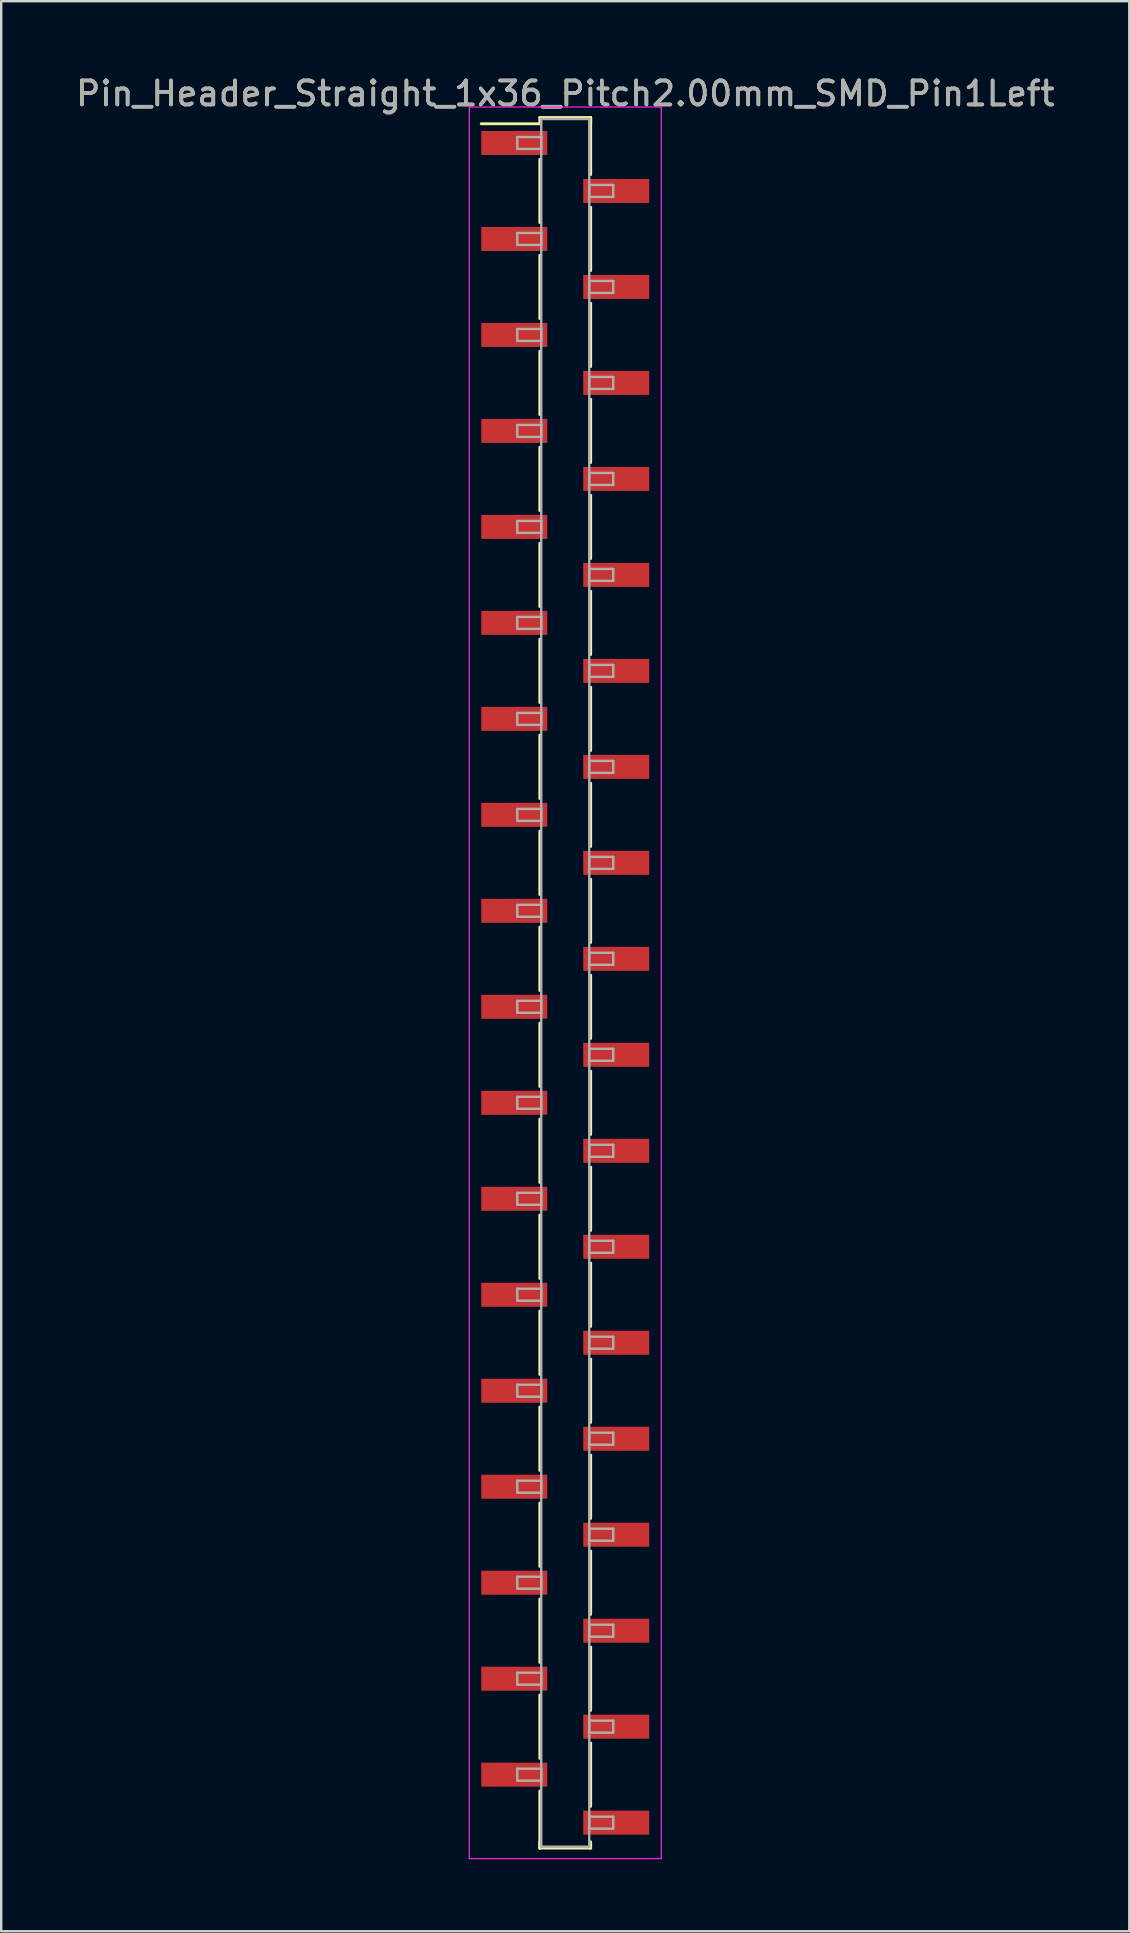
<source format=kicad_pcb>
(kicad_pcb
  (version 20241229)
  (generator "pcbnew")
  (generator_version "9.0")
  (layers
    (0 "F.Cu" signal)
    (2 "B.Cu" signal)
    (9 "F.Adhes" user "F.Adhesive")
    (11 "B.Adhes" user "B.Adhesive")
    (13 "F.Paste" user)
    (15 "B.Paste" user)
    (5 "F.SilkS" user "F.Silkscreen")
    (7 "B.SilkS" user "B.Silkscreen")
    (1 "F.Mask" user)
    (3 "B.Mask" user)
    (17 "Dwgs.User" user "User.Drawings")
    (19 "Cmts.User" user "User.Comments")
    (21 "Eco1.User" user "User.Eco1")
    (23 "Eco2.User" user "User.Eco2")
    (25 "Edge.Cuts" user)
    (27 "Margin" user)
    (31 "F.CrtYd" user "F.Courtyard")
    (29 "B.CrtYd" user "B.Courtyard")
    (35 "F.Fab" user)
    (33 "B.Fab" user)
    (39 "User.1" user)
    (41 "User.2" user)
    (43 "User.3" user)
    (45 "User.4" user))
  (footprint "Pin_Header_Straight_1x36_Pitch2.00mm_SMD_Pin1Left"
    (layer "F.Cu")
    (at 20.506 37.908)
    (property "Reference" "Pin_Header_Straight_1x36_Pitch2.00mm_SMD_Pin1Left" (at 0 -37.06 0) (layer "F.SilkS") (effects (font (size 1 1) (thickness 0.15))))
    (attr smd)
    (fp_line (start -1.06 -36.06) (end 1.06 -36.06) (stroke (width 0.12) (type solid)) (layer "F.SilkS"))
    (fp_line (start -1.06 -35.8) (end -3.5 -35.8) (stroke (width 0.12) (type solid)) (layer "F.SilkS"))
    (fp_line (start -1.06 -35.8) (end -1.06 -36.06) (stroke (width 0.12) (type solid)) (layer "F.SilkS"))
    (fp_line (start -1.06 -34.32) (end -1.06 -31.68) (stroke (width 0.12) (type solid)) (layer "F.SilkS"))
    (fp_line (start -1.06 -30.32) (end -1.06 -27.68) (stroke (width 0.12) (type solid)) (layer "F.SilkS"))
    (fp_line (start -1.06 -26.32) (end -1.06 -23.68) (stroke (width 0.12) (type solid)) (layer "F.SilkS"))
    (fp_line (start -1.06 -22.32) (end -1.06 -19.68) (stroke (width 0.12) (type solid)) (layer "F.SilkS"))
    (fp_line (start -1.06 -18.32) (end -1.06 -15.68) (stroke (width 0.12) (type solid)) (layer "F.SilkS"))
    (fp_line (start -1.06 -14.32) (end -1.06 -11.68) (stroke (width 0.12) (type solid)) (layer "F.SilkS"))
    (fp_line (start -1.06 -10.32) (end -1.06 -7.68) (stroke (width 0.12) (type solid)) (layer "F.SilkS"))
    (fp_line (start -1.06 -6.32) (end -1.06 -3.68) (stroke (width 0.12) (type solid)) (layer "F.SilkS"))
    (fp_line (start -1.06 -2.32) (end -1.06 0.32) (stroke (width 0.12) (type solid)) (layer "F.SilkS"))
    (fp_line (start -1.06 1.68) (end -1.06 4.32) (stroke (width 0.12) (type solid)) (layer "F.SilkS"))
    (fp_line (start -1.06 5.68) (end -1.06 8.32) (stroke (width 0.12) (type solid)) (layer "F.SilkS"))
    (fp_line (start -1.06 9.68) (end -1.06 12.32) (stroke (width 0.12) (type solid)) (layer "F.SilkS"))
    (fp_line (start -1.06 13.68) (end -1.06 16.32) (stroke (width 0.12) (type solid)) (layer "F.SilkS"))
    (fp_line (start -1.06 17.68) (end -1.06 20.32) (stroke (width 0.12) (type solid)) (layer "F.SilkS"))
    (fp_line (start -1.06 21.68) (end -1.06 24.32) (stroke (width 0.12) (type solid)) (layer "F.SilkS"))
    (fp_line (start -1.06 25.68) (end -1.06 28.32) (stroke (width 0.12) (type solid)) (layer "F.SilkS"))
    (fp_line (start -1.06 29.68) (end -1.06 32.32) (stroke (width 0.12) (type solid)) (layer "F.SilkS"))
    (fp_line (start -1.06 33.68) (end -1.06 36.06) (stroke (width 0.12) (type solid)) (layer "F.SilkS"))
    (fp_line (start -1.06 35.8) (end -1.06 36.06) (stroke (width 0.12) (type solid)) (layer "F.SilkS"))
    (fp_line (start -1.06 36.06) (end 1.06 36.06) (stroke (width 0.12) (type solid)) (layer "F.SilkS"))
    (fp_line (start 1.06 -36.06) (end 1.06 -35.8) (stroke (width 0.12) (type solid)) (layer "F.SilkS"))
    (fp_line (start 1.06 -36.06) (end 1.06 -33.68) (stroke (width 0.12) (type solid)) (layer "F.SilkS"))
    (fp_line (start 1.06 -32.32) (end 1.06 -29.68) (stroke (width 0.12) (type solid)) (layer "F.SilkS"))
    (fp_line (start 1.06 -28.32) (end 1.06 -25.68) (stroke (width 0.12) (type solid)) (layer "F.SilkS"))
    (fp_line (start 1.06 -24.32) (end 1.06 -21.68) (stroke (width 0.12) (type solid)) (layer "F.SilkS"))
    (fp_line (start 1.06 -20.32) (end 1.06 -17.68) (stroke (width 0.12) (type solid)) (layer "F.SilkS"))
    (fp_line (start 1.06 -16.32) (end 1.06 -13.68) (stroke (width 0.12) (type solid)) (layer "F.SilkS"))
    (fp_line (start 1.06 -12.32) (end 1.06 -9.68) (stroke (width 0.12) (type solid)) (layer "F.SilkS"))
    (fp_line (start 1.06 -8.32) (end 1.06 -5.68) (stroke (width 0.12) (type solid)) (layer "F.SilkS"))
    (fp_line (start 1.06 -4.32) (end 1.06 -1.68) (stroke (width 0.12) (type solid)) (layer "F.SilkS"))
    (fp_line (start 1.06 -0.32) (end 1.06 2.32) (stroke (width 0.12) (type solid)) (layer "F.SilkS"))
    (fp_line (start 1.06 3.68) (end 1.06 6.32) (stroke (width 0.12) (type solid)) (layer "F.SilkS"))
    (fp_line (start 1.06 7.68) (end 1.06 10.32) (stroke (width 0.12) (type solid)) (layer "F.SilkS"))
    (fp_line (start 1.06 11.68) (end 1.06 14.32) (stroke (width 0.12) (type solid)) (layer "F.SilkS"))
    (fp_line (start 1.06 15.68) (end 1.06 18.32) (stroke (width 0.12) (type solid)) (layer "F.SilkS"))
    (fp_line (start 1.06 19.68) (end 1.06 22.32) (stroke (width 0.12) (type solid)) (layer "F.SilkS"))
    (fp_line (start 1.06 23.68) (end 1.06 26.32) (stroke (width 0.12) (type solid)) (layer "F.SilkS"))
    (fp_line (start 1.06 27.68) (end 1.06 30.32) (stroke (width 0.12) (type solid)) (layer "F.SilkS"))
    (fp_line (start 1.06 31.68) (end 1.06 34.32) (stroke (width 0.12) (type solid)) (layer "F.SilkS"))
    (fp_line (start 1.06 36.06) (end 1.06 35.8) (stroke (width 0.12) (type solid)) (layer "F.SilkS"))
    (fp_line (start -4 -36.5) (end -4 36.5) (stroke (width 0.05) (type solid)) (layer "F.CrtYd"))
    (fp_line (start -4 36.5) (end 4 36.5) (stroke (width 0.05) (type solid)) (layer "F.CrtYd"))
    (fp_line (start 4 -36.5) (end -4 -36.5) (stroke (width 0.05) (type solid)) (layer "F.CrtYd"))
    (fp_line (start 4 36.5) (end 4 -36.5) (stroke (width 0.05) (type solid)) (layer "F.CrtYd"))
    (fp_line (start -2 -35.25) (end -1 -35.25) (stroke (width 0.1) (type solid)) (layer "F.Fab"))
    (fp_line (start -2 -34.75) (end -2 -35.25) (stroke (width 0.1) (type solid)) (layer "F.Fab"))
    (fp_line (start -2 -31.25) (end -1 -31.25) (stroke (width 0.1) (type solid)) (layer "F.Fab"))
    (fp_line (start -2 -30.75) (end -2 -31.25) (stroke (width 0.1) (type solid)) (layer "F.Fab"))
    (fp_line (start -2 -27.25) (end -1 -27.25) (stroke (width 0.1) (type solid)) (layer "F.Fab"))
    (fp_line (start -2 -26.75) (end -2 -27.25) (stroke (width 0.1) (type solid)) (layer "F.Fab"))
    (fp_line (start -2 -23.25) (end -1 -23.25) (stroke (width 0.1) (type solid)) (layer "F.Fab"))
    (fp_line (start -2 -22.75) (end -2 -23.25) (stroke (width 0.1) (type solid)) (layer "F.Fab"))
    (fp_line (start -2 -19.25) (end -1 -19.25) (stroke (width 0.1) (type solid)) (layer "F.Fab"))
    (fp_line (start -2 -18.75) (end -2 -19.25) (stroke (width 0.1) (type solid)) (layer "F.Fab"))
    (fp_line (start -2 -15.25) (end -1 -15.25) (stroke (width 0.1) (type solid)) (layer "F.Fab"))
    (fp_line (start -2 -14.75) (end -2 -15.25) (stroke (width 0.1) (type solid)) (layer "F.Fab"))
    (fp_line (start -2 -11.25) (end -1 -11.25) (stroke (width 0.1) (type solid)) (layer "F.Fab"))
    (fp_line (start -2 -10.75) (end -2 -11.25) (stroke (width 0.1) (type solid)) (layer "F.Fab"))
    (fp_line (start -2 -7.25) (end -1 -7.25) (stroke (width 0.1) (type solid)) (layer "F.Fab"))
    (fp_line (start -2 -6.75) (end -2 -7.25) (stroke (width 0.1) (type solid)) (layer "F.Fab"))
    (fp_line (start -2 -3.25) (end -1 -3.25) (stroke (width 0.1) (type solid)) (layer "F.Fab"))
    (fp_line (start -2 -2.75) (end -2 -3.25) (stroke (width 0.1) (type solid)) (layer "F.Fab"))
    (fp_line (start -2 0.75) (end -1 0.75) (stroke (width 0.1) (type solid)) (layer "F.Fab"))
    (fp_line (start -2 1.25) (end -2 0.75) (stroke (width 0.1) (type solid)) (layer "F.Fab"))
    (fp_line (start -2 4.75) (end -1 4.75) (stroke (width 0.1) (type solid)) (layer "F.Fab"))
    (fp_line (start -2 5.25) (end -2 4.75) (stroke (width 0.1) (type solid)) (layer "F.Fab"))
    (fp_line (start -2 8.75) (end -1 8.75) (stroke (width 0.1) (type solid)) (layer "F.Fab"))
    (fp_line (start -2 9.25) (end -2 8.75) (stroke (width 0.1) (type solid)) (layer "F.Fab"))
    (fp_line (start -2 12.75) (end -1 12.75) (stroke (width 0.1) (type solid)) (layer "F.Fab"))
    (fp_line (start -2 13.25) (end -2 12.75) (stroke (width 0.1) (type solid)) (layer "F.Fab"))
    (fp_line (start -2 16.75) (end -1 16.75) (stroke (width 0.1) (type solid)) (layer "F.Fab"))
    (fp_line (start -2 17.25) (end -2 16.75) (stroke (width 0.1) (type solid)) (layer "F.Fab"))
    (fp_line (start -2 20.75) (end -1 20.75) (stroke (width 0.1) (type solid)) (layer "F.Fab"))
    (fp_line (start -2 21.25) (end -2 20.75) (stroke (width 0.1) (type solid)) (layer "F.Fab"))
    (fp_line (start -2 24.75) (end -1 24.75) (stroke (width 0.1) (type solid)) (layer "F.Fab"))
    (fp_line (start -2 25.25) (end -2 24.75) (stroke (width 0.1) (type solid)) (layer "F.Fab"))
    (fp_line (start -2 28.75) (end -1 28.75) (stroke (width 0.1) (type solid)) (layer "F.Fab"))
    (fp_line (start -2 29.25) (end -2 28.75) (stroke (width 0.1) (type solid)) (layer "F.Fab"))
    (fp_line (start -2 32.75) (end -1 32.75) (stroke (width 0.1) (type solid)) (layer "F.Fab"))
    (fp_line (start -2 33.25) (end -2 32.75) (stroke (width 0.1) (type solid)) (layer "F.Fab"))
    (fp_line (start -1 -36) (end -1 36) (stroke (width 0.1) (type solid)) (layer "F.Fab"))
    (fp_line (start -1 -35.25) (end -1 -34.75) (stroke (width 0.1) (type solid)) (layer "F.Fab"))
    (fp_line (start -1 -34.75) (end -2 -34.75) (stroke (width 0.1) (type solid)) (layer "F.Fab"))
    (fp_line (start -1 -31.25) (end -1 -30.75) (stroke (width 0.1) (type solid)) (layer "F.Fab"))
    (fp_line (start -1 -30.75) (end -2 -30.75) (stroke (width 0.1) (type solid)) (layer "F.Fab"))
    (fp_line (start -1 -27.25) (end -1 -26.75) (stroke (width 0.1) (type solid)) (layer "F.Fab"))
    (fp_line (start -1 -26.75) (end -2 -26.75) (stroke (width 0.1) (type solid)) (layer "F.Fab"))
    (fp_line (start -1 -23.25) (end -1 -22.75) (stroke (width 0.1) (type solid)) (layer "F.Fab"))
    (fp_line (start -1 -22.75) (end -2 -22.75) (stroke (width 0.1) (type solid)) (layer "F.Fab"))
    (fp_line (start -1 -19.25) (end -1 -18.75) (stroke (width 0.1) (type solid)) (layer "F.Fab"))
    (fp_line (start -1 -18.75) (end -2 -18.75) (stroke (width 0.1) (type solid)) (layer "F.Fab"))
    (fp_line (start -1 -15.25) (end -1 -14.75) (stroke (width 0.1) (type solid)) (layer "F.Fab"))
    (fp_line (start -1 -14.75) (end -2 -14.75) (stroke (width 0.1) (type solid)) (layer "F.Fab"))
    (fp_line (start -1 -11.25) (end -1 -10.75) (stroke (width 0.1) (type solid)) (layer "F.Fab"))
    (fp_line (start -1 -10.75) (end -2 -10.75) (stroke (width 0.1) (type solid)) (layer "F.Fab"))
    (fp_line (start -1 -7.25) (end -1 -6.75) (stroke (width 0.1) (type solid)) (layer "F.Fab"))
    (fp_line (start -1 -6.75) (end -2 -6.75) (stroke (width 0.1) (type solid)) (layer "F.Fab"))
    (fp_line (start -1 -3.25) (end -1 -2.75) (stroke (width 0.1) (type solid)) (layer "F.Fab"))
    (fp_line (start -1 -2.75) (end -2 -2.75) (stroke (width 0.1) (type solid)) (layer "F.Fab"))
    (fp_line (start -1 0.75) (end -1 1.25) (stroke (width 0.1) (type solid)) (layer "F.Fab"))
    (fp_line (start -1 1.25) (end -2 1.25) (stroke (width 0.1) (type solid)) (layer "F.Fab"))
    (fp_line (start -1 4.75) (end -1 5.25) (stroke (width 0.1) (type solid)) (layer "F.Fab"))
    (fp_line (start -1 5.25) (end -2 5.25) (stroke (width 0.1) (type solid)) (layer "F.Fab"))
    (fp_line (start -1 8.75) (end -1 9.25) (stroke (width 0.1) (type solid)) (layer "F.Fab"))
    (fp_line (start -1 9.25) (end -2 9.25) (stroke (width 0.1) (type solid)) (layer "F.Fab"))
    (fp_line (start -1 12.75) (end -1 13.25) (stroke (width 0.1) (type solid)) (layer "F.Fab"))
    (fp_line (start -1 13.25) (end -2 13.25) (stroke (width 0.1) (type solid)) (layer "F.Fab"))
    (fp_line (start -1 16.75) (end -1 17.25) (stroke (width 0.1) (type solid)) (layer "F.Fab"))
    (fp_line (start -1 17.25) (end -2 17.25) (stroke (width 0.1) (type solid)) (layer "F.Fab"))
    (fp_line (start -1 20.75) (end -1 21.25) (stroke (width 0.1) (type solid)) (layer "F.Fab"))
    (fp_line (start -1 21.25) (end -2 21.25) (stroke (width 0.1) (type solid)) (layer "F.Fab"))
    (fp_line (start -1 24.75) (end -1 25.25) (stroke (width 0.1) (type solid)) (layer "F.Fab"))
    (fp_line (start -1 25.25) (end -2 25.25) (stroke (width 0.1) (type solid)) (layer "F.Fab"))
    (fp_line (start -1 28.75) (end -1 29.25) (stroke (width 0.1) (type solid)) (layer "F.Fab"))
    (fp_line (start -1 29.25) (end -2 29.25) (stroke (width 0.1) (type solid)) (layer "F.Fab"))
    (fp_line (start -1 32.75) (end -1 33.25) (stroke (width 0.1) (type solid)) (layer "F.Fab"))
    (fp_line (start -1 33.25) (end -2 33.25) (stroke (width 0.1) (type solid)) (layer "F.Fab"))
    (fp_line (start -1 36) (end 1 36) (stroke (width 0.1) (type solid)) (layer "F.Fab"))
    (fp_line (start 1 -36) (end -1 -36) (stroke (width 0.1) (type solid)) (layer "F.Fab"))
    (fp_line (start 1 -33.25) (end 1 -32.75) (stroke (width 0.1) (type solid)) (layer "F.Fab"))
    (fp_line (start 1 -32.75) (end 2 -32.75) (stroke (width 0.1) (type solid)) (layer "F.Fab"))
    (fp_line (start 1 -29.25) (end 1 -28.75) (stroke (width 0.1) (type solid)) (layer "F.Fab"))
    (fp_line (start 1 -28.75) (end 2 -28.75) (stroke (width 0.1) (type solid)) (layer "F.Fab"))
    (fp_line (start 1 -25.25) (end 1 -24.75) (stroke (width 0.1) (type solid)) (layer "F.Fab"))
    (fp_line (start 1 -24.75) (end 2 -24.75) (stroke (width 0.1) (type solid)) (layer "F.Fab"))
    (fp_line (start 1 -21.25) (end 1 -20.75) (stroke (width 0.1) (type solid)) (layer "F.Fab"))
    (fp_line (start 1 -20.75) (end 2 -20.75) (stroke (width 0.1) (type solid)) (layer "F.Fab"))
    (fp_line (start 1 -17.25) (end 1 -16.75) (stroke (width 0.1) (type solid)) (layer "F.Fab"))
    (fp_line (start 1 -16.75) (end 2 -16.75) (stroke (width 0.1) (type solid)) (layer "F.Fab"))
    (fp_line (start 1 -13.25) (end 1 -12.75) (stroke (width 0.1) (type solid)) (layer "F.Fab"))
    (fp_line (start 1 -12.75) (end 2 -12.75) (stroke (width 0.1) (type solid)) (layer "F.Fab"))
    (fp_line (start 1 -9.25) (end 1 -8.75) (stroke (width 0.1) (type solid)) (layer "F.Fab"))
    (fp_line (start 1 -8.75) (end 2 -8.75) (stroke (width 0.1) (type solid)) (layer "F.Fab"))
    (fp_line (start 1 -5.25) (end 1 -4.75) (stroke (width 0.1) (type solid)) (layer "F.Fab"))
    (fp_line (start 1 -4.75) (end 2 -4.75) (stroke (width 0.1) (type solid)) (layer "F.Fab"))
    (fp_line (start 1 -1.25) (end 1 -0.75) (stroke (width 0.1) (type solid)) (layer "F.Fab"))
    (fp_line (start 1 -0.75) (end 2 -0.75) (stroke (width 0.1) (type solid)) (layer "F.Fab"))
    (fp_line (start 1 2.75) (end 1 3.25) (stroke (width 0.1) (type solid)) (layer "F.Fab"))
    (fp_line (start 1 3.25) (end 2 3.25) (stroke (width 0.1) (type solid)) (layer "F.Fab"))
    (fp_line (start 1 6.75) (end 1 7.25) (stroke (width 0.1) (type solid)) (layer "F.Fab"))
    (fp_line (start 1 7.25) (end 2 7.25) (stroke (width 0.1) (type solid)) (layer "F.Fab"))
    (fp_line (start 1 10.75) (end 1 11.25) (stroke (width 0.1) (type solid)) (layer "F.Fab"))
    (fp_line (start 1 11.25) (end 2 11.25) (stroke (width 0.1) (type solid)) (layer "F.Fab"))
    (fp_line (start 1 14.75) (end 1 15.25) (stroke (width 0.1) (type solid)) (layer "F.Fab"))
    (fp_line (start 1 15.25) (end 2 15.25) (stroke (width 0.1) (type solid)) (layer "F.Fab"))
    (fp_line (start 1 18.75) (end 1 19.25) (stroke (width 0.1) (type solid)) (layer "F.Fab"))
    (fp_line (start 1 19.25) (end 2 19.25) (stroke (width 0.1) (type solid)) (layer "F.Fab"))
    (fp_line (start 1 22.75) (end 1 23.25) (stroke (width 0.1) (type solid)) (layer "F.Fab"))
    (fp_line (start 1 23.25) (end 2 23.25) (stroke (width 0.1) (type solid)) (layer "F.Fab"))
    (fp_line (start 1 26.75) (end 1 27.25) (stroke (width 0.1) (type solid)) (layer "F.Fab"))
    (fp_line (start 1 27.25) (end 2 27.25) (stroke (width 0.1) (type solid)) (layer "F.Fab"))
    (fp_line (start 1 30.75) (end 1 31.25) (stroke (width 0.1) (type solid)) (layer "F.Fab"))
    (fp_line (start 1 31.25) (end 2 31.25) (stroke (width 0.1) (type solid)) (layer "F.Fab"))
    (fp_line (start 1 34.75) (end 1 35.25) (stroke (width 0.1) (type solid)) (layer "F.Fab"))
    (fp_line (start 1 35.25) (end 2 35.25) (stroke (width 0.1) (type solid)) (layer "F.Fab"))
    (fp_line (start 1 36) (end 1 -36) (stroke (width 0.1) (type solid)) (layer "F.Fab"))
    (fp_line (start 2 -33.25) (end 1 -33.25) (stroke (width 0.1) (type solid)) (layer "F.Fab"))
    (fp_line (start 2 -32.75) (end 2 -33.25) (stroke (width 0.1) (type solid)) (layer "F.Fab"))
    (fp_line (start 2 -29.25) (end 1 -29.25) (stroke (width 0.1) (type solid)) (layer "F.Fab"))
    (fp_line (start 2 -28.75) (end 2 -29.25) (stroke (width 0.1) (type solid)) (layer "F.Fab"))
    (fp_line (start 2 -25.25) (end 1 -25.25) (stroke (width 0.1) (type solid)) (layer "F.Fab"))
    (fp_line (start 2 -24.75) (end 2 -25.25) (stroke (width 0.1) (type solid)) (layer "F.Fab"))
    (fp_line (start 2 -21.25) (end 1 -21.25) (stroke (width 0.1) (type solid)) (layer "F.Fab"))
    (fp_line (start 2 -20.75) (end 2 -21.25) (stroke (width 0.1) (type solid)) (layer "F.Fab"))
    (fp_line (start 2 -17.25) (end 1 -17.25) (stroke (width 0.1) (type solid)) (layer "F.Fab"))
    (fp_line (start 2 -16.75) (end 2 -17.25) (stroke (width 0.1) (type solid)) (layer "F.Fab"))
    (fp_line (start 2 -13.25) (end 1 -13.25) (stroke (width 0.1) (type solid)) (layer "F.Fab"))
    (fp_line (start 2 -12.75) (end 2 -13.25) (stroke (width 0.1) (type solid)) (layer "F.Fab"))
    (fp_line (start 2 -9.25) (end 1 -9.25) (stroke (width 0.1) (type solid)) (layer "F.Fab"))
    (fp_line (start 2 -8.75) (end 2 -9.25) (stroke (width 0.1) (type solid)) (layer "F.Fab"))
    (fp_line (start 2 -5.25) (end 1 -5.25) (stroke (width 0.1) (type solid)) (layer "F.Fab"))
    (fp_line (start 2 -4.75) (end 2 -5.25) (stroke (width 0.1) (type solid)) (layer "F.Fab"))
    (fp_line (start 2 -1.25) (end 1 -1.25) (stroke (width 0.1) (type solid)) (layer "F.Fab"))
    (fp_line (start 2 -0.75) (end 2 -1.25) (stroke (width 0.1) (type solid)) (layer "F.Fab"))
    (fp_line (start 2 2.75) (end 1 2.75) (stroke (width 0.1) (type solid)) (layer "F.Fab"))
    (fp_line (start 2 3.25) (end 2 2.75) (stroke (width 0.1) (type solid)) (layer "F.Fab"))
    (fp_line (start 2 6.75) (end 1 6.75) (stroke (width 0.1) (type solid)) (layer "F.Fab"))
    (fp_line (start 2 7.25) (end 2 6.75) (stroke (width 0.1) (type solid)) (layer "F.Fab"))
    (fp_line (start 2 10.75) (end 1 10.75) (stroke (width 0.1) (type solid)) (layer "F.Fab"))
    (fp_line (start 2 11.25) (end 2 10.75) (stroke (width 0.1) (type solid)) (layer "F.Fab"))
    (fp_line (start 2 14.75) (end 1 14.75) (stroke (width 0.1) (type solid)) (layer "F.Fab"))
    (fp_line (start 2 15.25) (end 2 14.75) (stroke (width 0.1) (type solid)) (layer "F.Fab"))
    (fp_line (start 2 18.75) (end 1 18.75) (stroke (width 0.1) (type solid)) (layer "F.Fab"))
    (fp_line (start 2 19.25) (end 2 18.75) (stroke (width 0.1) (type solid)) (layer "F.Fab"))
    (fp_line (start 2 22.75) (end 1 22.75) (stroke (width 0.1) (type solid)) (layer "F.Fab"))
    (fp_line (start 2 23.25) (end 2 22.75) (stroke (width 0.1) (type solid)) (layer "F.Fab"))
    (fp_line (start 2 26.75) (end 1 26.75) (stroke (width 0.1) (type solid)) (layer "F.Fab"))
    (fp_line (start 2 27.25) (end 2 26.75) (stroke (width 0.1) (type solid)) (layer "F.Fab"))
    (fp_line (start 2 30.75) (end 1 30.75) (stroke (width 0.1) (type solid)) (layer "F.Fab"))
    (fp_line (start 2 31.25) (end 2 30.75) (stroke (width 0.1) (type solid)) (layer "F.Fab"))
    (fp_line (start 2 34.75) (end 1 34.75) (stroke (width 0.1) (type solid)) (layer "F.Fab"))
    (fp_line (start 2 35.25) (end 2 34.75) (stroke (width 0.1) (type solid)) (layer "F.Fab"))
    (fp_text user "${REFERENCE}" (at 0 -37.06 0) (layer "F.Fab") (effects (font (size 1 1) (thickness 0.15))))
    (pad "1" smd rect (at -2.125 -35) (size 2.75 1) (layers "F.Cu" "F.Mask" "F.Paste"))
    (pad "2" smd rect (at 2.125 -33) (size 2.75 1) (layers "F.Cu" "F.Mask" "F.Paste"))
    (pad "3" smd rect (at -2.125 -31) (size 2.75 1) (layers "F.Cu" "F.Mask" "F.Paste"))
    (pad "4" smd rect (at 2.125 -29) (size 2.75 1) (layers "F.Cu" "F.Mask" "F.Paste"))
    (pad "5" smd rect (at -2.125 -27) (size 2.75 1) (layers "F.Cu" "F.Mask" "F.Paste"))
    (pad "6" smd rect (at 2.125 -25) (size 2.75 1) (layers "F.Cu" "F.Mask" "F.Paste"))
    (pad "7" smd rect (at -2.125 -23) (size 2.75 1) (layers "F.Cu" "F.Mask" "F.Paste"))
    (pad "8" smd rect (at 2.125 -21) (size 2.75 1) (layers "F.Cu" "F.Mask" "F.Paste"))
    (pad "9" smd rect (at -2.125 -19) (size 2.75 1) (layers "F.Cu" "F.Mask" "F.Paste"))
    (pad "10" smd rect (at 2.125 -17) (size 2.75 1) (layers "F.Cu" "F.Mask" "F.Paste"))
    (pad "11" smd rect (at -2.125 -15) (size 2.75 1) (layers "F.Cu" "F.Mask" "F.Paste"))
    (pad "12" smd rect (at 2.125 -13) (size 2.75 1) (layers "F.Cu" "F.Mask" "F.Paste"))
    (pad "13" smd rect (at -2.125 -11) (size 2.75 1) (layers "F.Cu" "F.Mask" "F.Paste"))
    (pad "14" smd rect (at 2.125 -9) (size 2.75 1) (layers "F.Cu" "F.Mask" "F.Paste"))
    (pad "15" smd rect (at -2.125 -7) (size 2.75 1) (layers "F.Cu" "F.Mask" "F.Paste"))
    (pad "16" smd rect (at 2.125 -5) (size 2.75 1) (layers "F.Cu" "F.Mask" "F.Paste"))
    (pad "17" smd rect (at -2.125 -3) (size 2.75 1) (layers "F.Cu" "F.Mask" "F.Paste"))
    (pad "18" smd rect (at 2.125 -1) (size 2.75 1) (layers "F.Cu" "F.Mask" "F.Paste"))
    (pad "19" smd rect (at -2.125 1) (size 2.75 1) (layers "F.Cu" "F.Mask" "F.Paste"))
    (pad "20" smd rect (at 2.125 3) (size 2.75 1) (layers "F.Cu" "F.Mask" "F.Paste"))
    (pad "21" smd rect (at -2.125 5) (size 2.75 1) (layers "F.Cu" "F.Mask" "F.Paste"))
    (pad "22" smd rect (at 2.125 7) (size 2.75 1) (layers "F.Cu" "F.Mask" "F.Paste"))
    (pad "23" smd rect (at -2.125 9) (size 2.75 1) (layers "F.Cu" "F.Mask" "F.Paste"))
    (pad "24" smd rect (at 2.125 11) (size 2.75 1) (layers "F.Cu" "F.Mask" "F.Paste"))
    (pad "25" smd rect (at -2.125 13) (size 2.75 1) (layers "F.Cu" "F.Mask" "F.Paste"))
    (pad "26" smd rect (at 2.125 15) (size 2.75 1) (layers "F.Cu" "F.Mask" "F.Paste"))
    (pad "27" smd rect (at -2.125 17) (size 2.75 1) (layers "F.Cu" "F.Mask" "F.Paste"))
    (pad "28" smd rect (at 2.125 19) (size 2.75 1) (layers "F.Cu" "F.Mask" "F.Paste"))
    (pad "29" smd rect (at -2.125 21) (size 2.75 1) (layers "F.Cu" "F.Mask" "F.Paste"))
    (pad "30" smd rect (at 2.125 23) (size 2.75 1) (layers "F.Cu" "F.Mask" "F.Paste"))
    (pad "31" smd rect (at -2.125 25) (size 2.75 1) (layers "F.Cu" "F.Mask" "F.Paste"))
    (pad "32" smd rect (at 2.125 27) (size 2.75 1) (layers "F.Cu" "F.Mask" "F.Paste"))
    (pad "33" smd rect (at -2.125 29) (size 2.75 1) (layers "F.Cu" "F.Mask" "F.Paste"))
    (pad "34" smd rect (at 2.125 31) (size 2.75 1) (layers "F.Cu" "F.Mask" "F.Paste"))
    (pad "35" smd rect (at -2.125 33) (size 2.75 1) (layers "F.Cu" "F.Mask" "F.Paste"))
    (pad "36" smd rect (at 2.125 35) (size 2.75 1) (layers "F.Cu" "F.Mask" "F.Paste")))
  (gr_rect
    (start -3 -3)
    (end 44.012 77.433)
    (stroke (width 0.1) (type default))
    (fill no)
    (layer "Edge.Cuts")))
</source>
